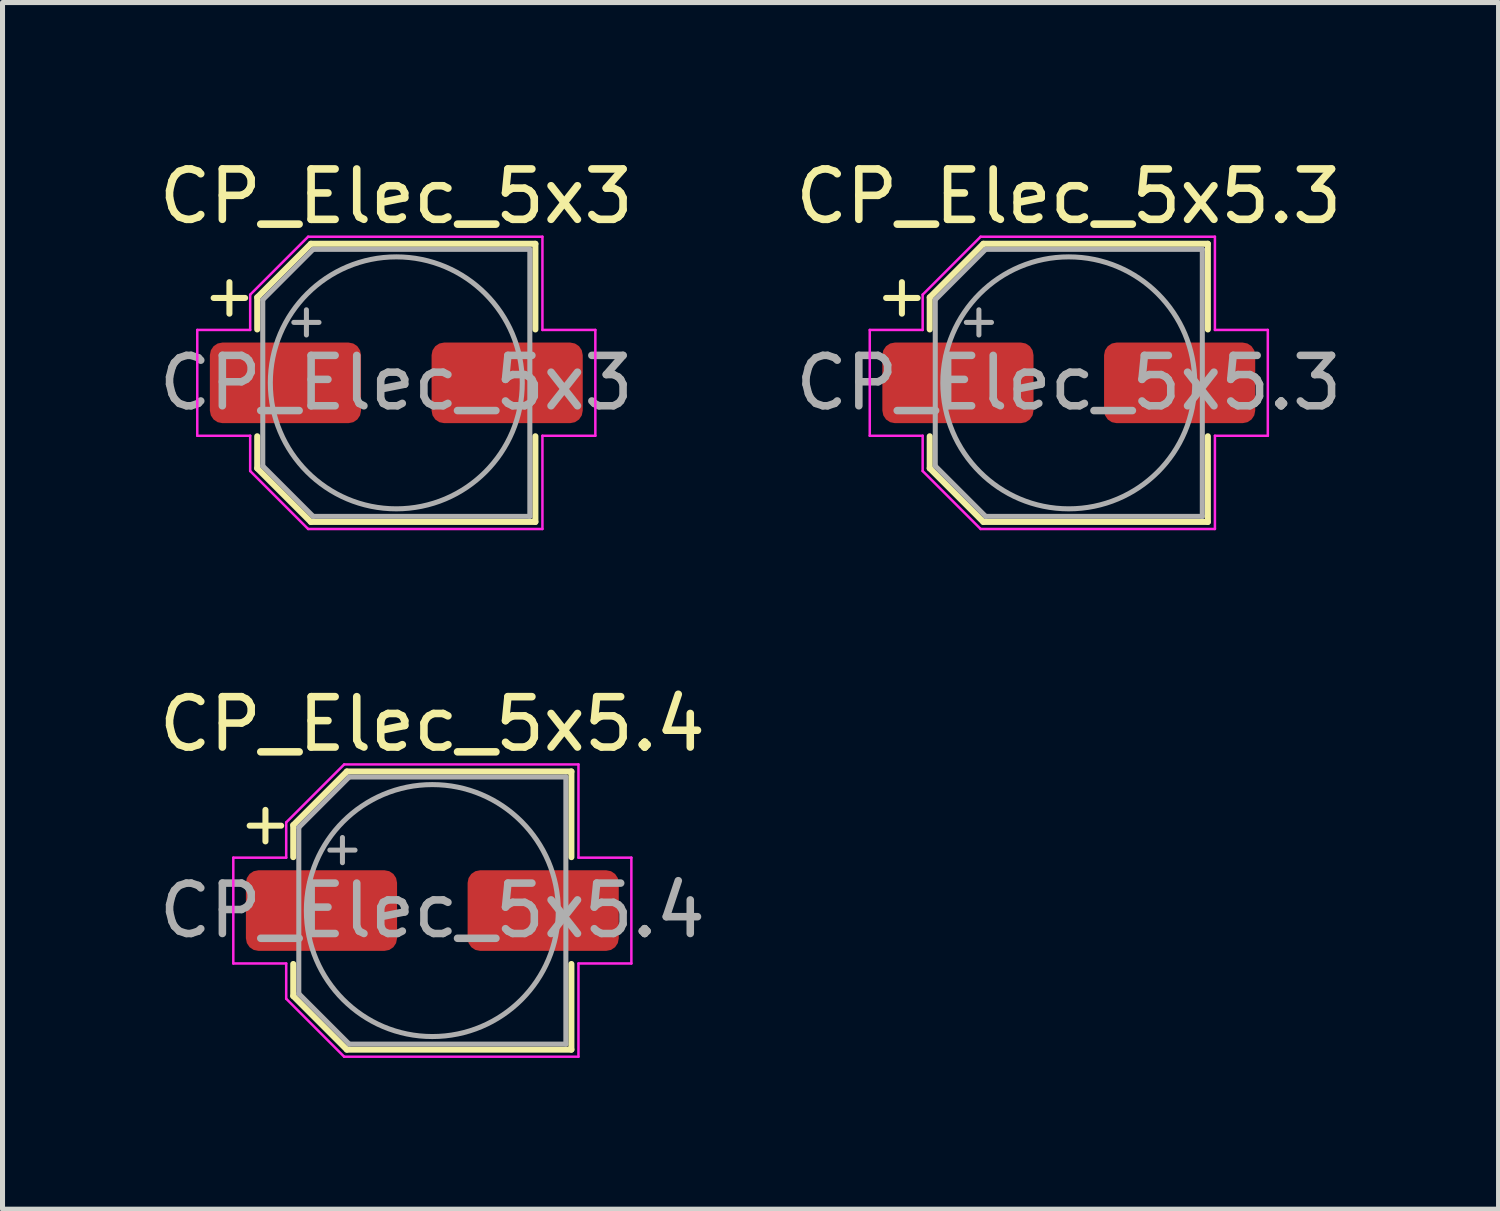
<source format=kicad_pcb>
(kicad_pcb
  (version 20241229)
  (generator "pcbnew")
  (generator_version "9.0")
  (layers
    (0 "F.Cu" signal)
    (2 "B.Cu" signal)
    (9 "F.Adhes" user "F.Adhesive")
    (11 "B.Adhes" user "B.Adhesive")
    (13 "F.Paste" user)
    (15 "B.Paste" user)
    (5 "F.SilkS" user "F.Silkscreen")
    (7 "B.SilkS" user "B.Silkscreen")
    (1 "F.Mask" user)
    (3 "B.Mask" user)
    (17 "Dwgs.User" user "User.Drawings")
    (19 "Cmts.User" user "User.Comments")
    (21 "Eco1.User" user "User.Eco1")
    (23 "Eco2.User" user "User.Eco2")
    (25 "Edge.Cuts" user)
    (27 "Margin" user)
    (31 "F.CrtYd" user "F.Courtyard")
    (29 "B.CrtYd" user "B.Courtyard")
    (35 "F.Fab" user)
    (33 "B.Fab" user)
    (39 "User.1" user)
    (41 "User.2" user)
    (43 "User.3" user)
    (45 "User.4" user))
  (footprint "CP_Elec_5x5.3"
    (layer "F.Cu")
    (at 18.161 4.548)
    (property "Reference" "CP_Elec_5x5.3" (at 0 -3.7 0) (layer "F.SilkS") (effects (font (size 1 1) (thickness 0.15))))
    (attr smd)
    (fp_line (start -3.625 -1.685) (end -3 -1.685) (stroke (width 0.12) (type solid)) (layer "F.SilkS"))
    (fp_line (start -3.312 -1.998) (end -3.312 -1.373) (stroke (width 0.12) (type solid)) (layer "F.SilkS"))
    (fp_line (start -2.76 -1.696) (end -2.76 -1.06) (stroke (width 0.12) (type solid)) (layer "F.SilkS"))
    (fp_line (start -2.76 -1.696) (end -1.696 -2.76) (stroke (width 0.12) (type solid)) (layer "F.SilkS"))
    (fp_line (start -2.76 1.696) (end -2.76 1.06) (stroke (width 0.12) (type solid)) (layer "F.SilkS"))
    (fp_line (start -2.76 1.696) (end -1.696 2.76) (stroke (width 0.12) (type solid)) (layer "F.SilkS"))
    (fp_line (start -1.696 -2.76) (end 2.76 -2.76) (stroke (width 0.12) (type solid)) (layer "F.SilkS"))
    (fp_line (start -1.696 2.76) (end 2.76 2.76) (stroke (width 0.12) (type solid)) (layer "F.SilkS"))
    (fp_line (start 2.76 -2.76) (end 2.76 -1.06) (stroke (width 0.12) (type solid)) (layer "F.SilkS"))
    (fp_line (start 2.76 2.76) (end 2.76 1.06) (stroke (width 0.12) (type solid)) (layer "F.SilkS"))
    (fp_line (start -3.95 -1.05) (end -3.95 1.05) (stroke (width 0.05) (type solid)) (layer "F.CrtYd"))
    (fp_line (start -3.95 1.05) (end -2.9 1.05) (stroke (width 0.05) (type solid)) (layer "F.CrtYd"))
    (fp_line (start -2.9 -1.75) (end -2.9 -1.05) (stroke (width 0.05) (type solid)) (layer "F.CrtYd"))
    (fp_line (start -2.9 -1.75) (end -1.75 -2.9) (stroke (width 0.05) (type solid)) (layer "F.CrtYd"))
    (fp_line (start -2.9 -1.05) (end -3.95 -1.05) (stroke (width 0.05) (type solid)) (layer "F.CrtYd"))
    (fp_line (start -2.9 1.05) (end -2.9 1.75) (stroke (width 0.05) (type solid)) (layer "F.CrtYd"))
    (fp_line (start -2.9 1.75) (end -1.75 2.9) (stroke (width 0.05) (type solid)) (layer "F.CrtYd"))
    (fp_line (start -1.75 -2.9) (end 2.9 -2.9) (stroke (width 0.05) (type solid)) (layer "F.CrtYd"))
    (fp_line (start -1.75 2.9) (end 2.9 2.9) (stroke (width 0.05) (type solid)) (layer "F.CrtYd"))
    (fp_line (start 2.9 -2.9) (end 2.9 -1.05) (stroke (width 0.05) (type solid)) (layer "F.CrtYd"))
    (fp_line (start 2.9 -1.05) (end 3.95 -1.05) (stroke (width 0.05) (type solid)) (layer "F.CrtYd"))
    (fp_line (start 2.9 1.05) (end 2.9 2.9) (stroke (width 0.05) (type solid)) (layer "F.CrtYd"))
    (fp_line (start 3.95 -1.05) (end 3.95 1.05) (stroke (width 0.05) (type solid)) (layer "F.CrtYd"))
    (fp_line (start 3.95 1.05) (end 2.9 1.05) (stroke (width 0.05) (type solid)) (layer "F.CrtYd"))
    (fp_line (start -2.65 -1.65) (end -2.65 1.65) (stroke (width 0.1) (type solid)) (layer "F.Fab"))
    (fp_line (start -2.65 -1.65) (end -1.65 -2.65) (stroke (width 0.1) (type solid)) (layer "F.Fab"))
    (fp_line (start -2.65 1.65) (end -1.65 2.65) (stroke (width 0.1) (type solid)) (layer "F.Fab"))
    (fp_line (start -2.034 -1.2) (end -1.534 -1.2) (stroke (width 0.1) (type solid)) (layer "F.Fab"))
    (fp_line (start -1.784 -1.45) (end -1.784 -0.95) (stroke (width 0.1) (type solid)) (layer "F.Fab"))
    (fp_line (start -1.65 -2.65) (end 2.65 -2.65) (stroke (width 0.1) (type solid)) (layer "F.Fab"))
    (fp_line (start -1.65 2.65) (end 2.65 2.65) (stroke (width 0.1) (type solid)) (layer "F.Fab"))
    (fp_line (start 2.65 -2.65) (end 2.65 2.65) (stroke (width 0.1) (type solid)) (layer "F.Fab"))
    (fp_circle (center 0 0) (end 2.5 0) (stroke (width 0.1) (type solid)) (fill no) (layer "F.Fab"))
    (fp_text user "${REFERENCE}" (at 0 0 0) (layer "F.Fab") (effects (font (size 1 1) (thickness 0.15))))
    (pad "1" smd roundrect (at -2.2 0) (size 3 1.6) (layers "F.Cu" "F.Mask" "F.Paste") (roundrect_rratio 0.156))
    (pad "2" smd roundrect (at 2.2 0) (size 3 1.6) (layers "F.Cu" "F.Mask" "F.Paste") (roundrect_rratio 0.156)))
  (footprint "CP_Elec_5x5.4"
    (layer "F.Cu")
    (at 5.53 15.021)
    (property "Reference" "CP_Elec_5x5.4" (at 0 -3.7 0) (layer "F.SilkS") (effects (font (size 1 1) (thickness 0.15))))
    (attr smd)
    (fp_line (start -3.625 -1.685) (end -3 -1.685) (stroke (width 0.12) (type solid)) (layer "F.SilkS"))
    (fp_line (start -3.312 -1.998) (end -3.312 -1.373) (stroke (width 0.12) (type solid)) (layer "F.SilkS"))
    (fp_line (start -2.76 -1.696) (end -2.76 -1.06) (stroke (width 0.12) (type solid)) (layer "F.SilkS"))
    (fp_line (start -2.76 -1.696) (end -1.696 -2.76) (stroke (width 0.12) (type solid)) (layer "F.SilkS"))
    (fp_line (start -2.76 1.696) (end -2.76 1.06) (stroke (width 0.12) (type solid)) (layer "F.SilkS"))
    (fp_line (start -2.76 1.696) (end -1.696 2.76) (stroke (width 0.12) (type solid)) (layer "F.SilkS"))
    (fp_line (start -1.696 -2.76) (end 2.76 -2.76) (stroke (width 0.12) (type solid)) (layer "F.SilkS"))
    (fp_line (start -1.696 2.76) (end 2.76 2.76) (stroke (width 0.12) (type solid)) (layer "F.SilkS"))
    (fp_line (start 2.76 -2.76) (end 2.76 -1.06) (stroke (width 0.12) (type solid)) (layer "F.SilkS"))
    (fp_line (start 2.76 2.76) (end 2.76 1.06) (stroke (width 0.12) (type solid)) (layer "F.SilkS"))
    (fp_line (start -3.95 -1.05) (end -3.95 1.05) (stroke (width 0.05) (type solid)) (layer "F.CrtYd"))
    (fp_line (start -3.95 1.05) (end -2.9 1.05) (stroke (width 0.05) (type solid)) (layer "F.CrtYd"))
    (fp_line (start -2.9 -1.75) (end -2.9 -1.05) (stroke (width 0.05) (type solid)) (layer "F.CrtYd"))
    (fp_line (start -2.9 -1.75) (end -1.75 -2.9) (stroke (width 0.05) (type solid)) (layer "F.CrtYd"))
    (fp_line (start -2.9 -1.05) (end -3.95 -1.05) (stroke (width 0.05) (type solid)) (layer "F.CrtYd"))
    (fp_line (start -2.9 1.05) (end -2.9 1.75) (stroke (width 0.05) (type solid)) (layer "F.CrtYd"))
    (fp_line (start -2.9 1.75) (end -1.75 2.9) (stroke (width 0.05) (type solid)) (layer "F.CrtYd"))
    (fp_line (start -1.75 -2.9) (end 2.9 -2.9) (stroke (width 0.05) (type solid)) (layer "F.CrtYd"))
    (fp_line (start -1.75 2.9) (end 2.9 2.9) (stroke (width 0.05) (type solid)) (layer "F.CrtYd"))
    (fp_line (start 2.9 -2.9) (end 2.9 -1.05) (stroke (width 0.05) (type solid)) (layer "F.CrtYd"))
    (fp_line (start 2.9 -1.05) (end 3.95 -1.05) (stroke (width 0.05) (type solid)) (layer "F.CrtYd"))
    (fp_line (start 2.9 1.05) (end 2.9 2.9) (stroke (width 0.05) (type solid)) (layer "F.CrtYd"))
    (fp_line (start 3.95 -1.05) (end 3.95 1.05) (stroke (width 0.05) (type solid)) (layer "F.CrtYd"))
    (fp_line (start 3.95 1.05) (end 2.9 1.05) (stroke (width 0.05) (type solid)) (layer "F.CrtYd"))
    (fp_line (start -2.65 -1.65) (end -2.65 1.65) (stroke (width 0.1) (type solid)) (layer "F.Fab"))
    (fp_line (start -2.65 -1.65) (end -1.65 -2.65) (stroke (width 0.1) (type solid)) (layer "F.Fab"))
    (fp_line (start -2.65 1.65) (end -1.65 2.65) (stroke (width 0.1) (type solid)) (layer "F.Fab"))
    (fp_line (start -2.034 -1.2) (end -1.534 -1.2) (stroke (width 0.1) (type solid)) (layer "F.Fab"))
    (fp_line (start -1.784 -1.45) (end -1.784 -0.95) (stroke (width 0.1) (type solid)) (layer "F.Fab"))
    (fp_line (start -1.65 -2.65) (end 2.65 -2.65) (stroke (width 0.1) (type solid)) (layer "F.Fab"))
    (fp_line (start -1.65 2.65) (end 2.65 2.65) (stroke (width 0.1) (type solid)) (layer "F.Fab"))
    (fp_line (start 2.65 -2.65) (end 2.65 2.65) (stroke (width 0.1) (type solid)) (layer "F.Fab"))
    (fp_circle (center 0 0) (end 2.5 0) (stroke (width 0.1) (type solid)) (fill no) (layer "F.Fab"))
    (fp_text user "${REFERENCE}" (at 0 0 0) (layer "F.Fab") (effects (font (size 1 1) (thickness 0.15))))
    (pad "1" smd roundrect (at -2.2 0) (size 3 1.6) (layers "F.Cu" "F.Mask" "F.Paste") (roundrect_rratio 0.156))
    (pad "2" smd roundrect (at 2.2 0) (size 3 1.6) (layers "F.Cu" "F.Mask" "F.Paste") (roundrect_rratio 0.156)))
  (footprint "CP_Elec_5x3"
    (layer "F.Cu")
    (at 4.815 4.548)
    (property "Reference" "CP_Elec_5x3" (at 0 -3.7 0) (layer "F.SilkS") (effects (font (size 1 1) (thickness 0.15))))
    (attr smd)
    (fp_line (start -3.625 -1.685) (end -3 -1.685) (stroke (width 0.12) (type solid)) (layer "F.SilkS"))
    (fp_line (start -3.312 -1.998) (end -3.312 -1.373) (stroke (width 0.12) (type solid)) (layer "F.SilkS"))
    (fp_line (start -2.76 -1.696) (end -2.76 -1.06) (stroke (width 0.12) (type solid)) (layer "F.SilkS"))
    (fp_line (start -2.76 -1.696) (end -1.696 -2.76) (stroke (width 0.12) (type solid)) (layer "F.SilkS"))
    (fp_line (start -2.76 1.696) (end -2.76 1.06) (stroke (width 0.12) (type solid)) (layer "F.SilkS"))
    (fp_line (start -2.76 1.696) (end -1.696 2.76) (stroke (width 0.12) (type solid)) (layer "F.SilkS"))
    (fp_line (start -1.696 -2.76) (end 2.76 -2.76) (stroke (width 0.12) (type solid)) (layer "F.SilkS"))
    (fp_line (start -1.696 2.76) (end 2.76 2.76) (stroke (width 0.12) (type solid)) (layer "F.SilkS"))
    (fp_line (start 2.76 -2.76) (end 2.76 -1.06) (stroke (width 0.12) (type solid)) (layer "F.SilkS"))
    (fp_line (start 2.76 2.76) (end 2.76 1.06) (stroke (width 0.12) (type solid)) (layer "F.SilkS"))
    (fp_line (start -3.95 -1.05) (end -3.95 1.05) (stroke (width 0.05) (type solid)) (layer "F.CrtYd"))
    (fp_line (start -3.95 1.05) (end -2.9 1.05) (stroke (width 0.05) (type solid)) (layer "F.CrtYd"))
    (fp_line (start -2.9 -1.75) (end -2.9 -1.05) (stroke (width 0.05) (type solid)) (layer "F.CrtYd"))
    (fp_line (start -2.9 -1.75) (end -1.75 -2.9) (stroke (width 0.05) (type solid)) (layer "F.CrtYd"))
    (fp_line (start -2.9 -1.05) (end -3.95 -1.05) (stroke (width 0.05) (type solid)) (layer "F.CrtYd"))
    (fp_line (start -2.9 1.05) (end -2.9 1.75) (stroke (width 0.05) (type solid)) (layer "F.CrtYd"))
    (fp_line (start -2.9 1.75) (end -1.75 2.9) (stroke (width 0.05) (type solid)) (layer "F.CrtYd"))
    (fp_line (start -1.75 -2.9) (end 2.9 -2.9) (stroke (width 0.05) (type solid)) (layer "F.CrtYd"))
    (fp_line (start -1.75 2.9) (end 2.9 2.9) (stroke (width 0.05) (type solid)) (layer "F.CrtYd"))
    (fp_line (start 2.9 -2.9) (end 2.9 -1.05) (stroke (width 0.05) (type solid)) (layer "F.CrtYd"))
    (fp_line (start 2.9 -1.05) (end 3.95 -1.05) (stroke (width 0.05) (type solid)) (layer "F.CrtYd"))
    (fp_line (start 2.9 1.05) (end 2.9 2.9) (stroke (width 0.05) (type solid)) (layer "F.CrtYd"))
    (fp_line (start 3.95 -1.05) (end 3.95 1.05) (stroke (width 0.05) (type solid)) (layer "F.CrtYd"))
    (fp_line (start 3.95 1.05) (end 2.9 1.05) (stroke (width 0.05) (type solid)) (layer "F.CrtYd"))
    (fp_line (start -2.65 -1.65) (end -2.65 1.65) (stroke (width 0.1) (type solid)) (layer "F.Fab"))
    (fp_line (start -2.65 -1.65) (end -1.65 -2.65) (stroke (width 0.1) (type solid)) (layer "F.Fab"))
    (fp_line (start -2.65 1.65) (end -1.65 2.65) (stroke (width 0.1) (type solid)) (layer "F.Fab"))
    (fp_line (start -2.034 -1.2) (end -1.534 -1.2) (stroke (width 0.1) (type solid)) (layer "F.Fab"))
    (fp_line (start -1.784 -1.45) (end -1.784 -0.95) (stroke (width 0.1) (type solid)) (layer "F.Fab"))
    (fp_line (start -1.65 -2.65) (end 2.65 -2.65) (stroke (width 0.1) (type solid)) (layer "F.Fab"))
    (fp_line (start -1.65 2.65) (end 2.65 2.65) (stroke (width 0.1) (type solid)) (layer "F.Fab"))
    (fp_line (start 2.65 -2.65) (end 2.65 2.65) (stroke (width 0.1) (type solid)) (layer "F.Fab"))
    (fp_circle (center 0 0) (end 2.5 0) (stroke (width 0.1) (type solid)) (fill no) (layer "F.Fab"))
    (fp_text user "${REFERENCE}" (at 0 0 0) (layer "F.Fab") (effects (font (size 1 1) (thickness 0.15))))
    (pad "1" smd roundrect (at -2.2 0) (size 3 1.6) (layers "F.Cu" "F.Mask" "F.Paste") (roundrect_rratio 0.156))
    (pad "2" smd roundrect (at 2.2 0) (size 3 1.6) (layers "F.Cu" "F.Mask" "F.Paste") (roundrect_rratio 0.156)))
  (gr_rect
    (start -3 -3)
    (end 26.69 20.947)
    (stroke (width 0.1) (type default))
    (fill no)
    (layer "Edge.Cuts")))
</source>
